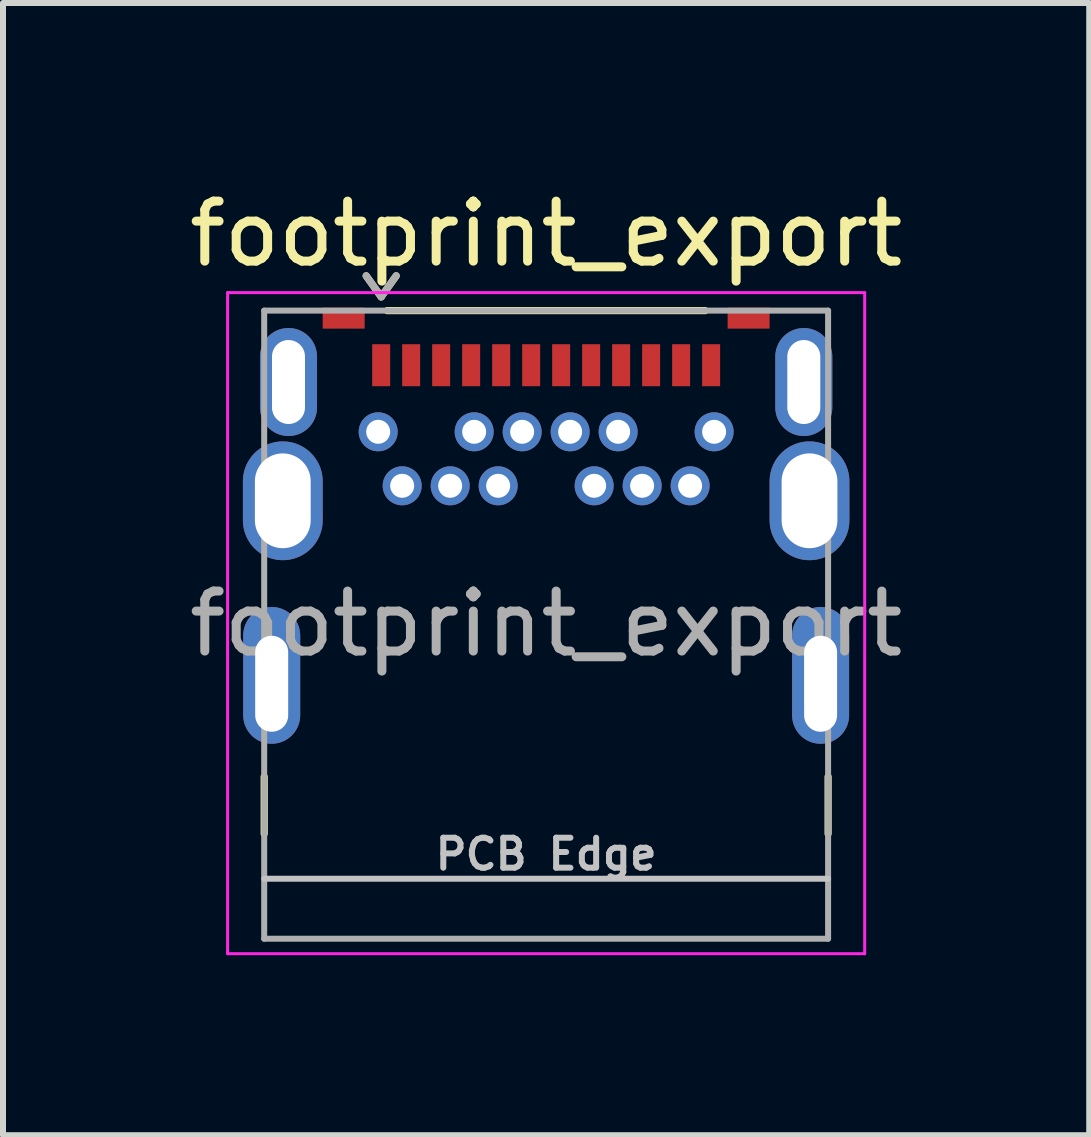
<source format=kicad_pcb>
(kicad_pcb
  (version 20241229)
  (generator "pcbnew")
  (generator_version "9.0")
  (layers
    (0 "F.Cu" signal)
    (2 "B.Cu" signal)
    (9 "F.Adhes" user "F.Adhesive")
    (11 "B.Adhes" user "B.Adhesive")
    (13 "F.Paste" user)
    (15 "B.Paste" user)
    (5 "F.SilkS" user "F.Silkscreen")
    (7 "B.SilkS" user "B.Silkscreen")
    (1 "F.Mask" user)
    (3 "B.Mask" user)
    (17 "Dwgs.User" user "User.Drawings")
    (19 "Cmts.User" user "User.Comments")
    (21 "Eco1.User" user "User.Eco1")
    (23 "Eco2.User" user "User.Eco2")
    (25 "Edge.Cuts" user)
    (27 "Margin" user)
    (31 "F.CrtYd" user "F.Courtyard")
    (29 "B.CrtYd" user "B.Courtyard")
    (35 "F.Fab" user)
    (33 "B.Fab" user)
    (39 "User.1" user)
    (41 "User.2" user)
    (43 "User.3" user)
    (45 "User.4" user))
  (footprint "footprint_export"
    (layer "F.Cu")
    (at 6.054 6.348)
    (property "Reference" "footprint_export" (at 0 -5.5 0) (layer "F.SilkS") (effects (font (size 1 1) (thickness 0.15))))
    (attr smd)
    (fp_line (start -4.7 3.55) (end -4.7 4.5) (stroke (width 0.12) (type solid)) (layer "F.SilkS"))
    (fp_line (start -3 -4.8) (end -2.75 -4.45) (stroke (width 0.12) (type solid)) (layer "F.SilkS"))
    (fp_line (start -2.75 -4.45) (end -2.5 -4.8) (stroke (width 0.12) (type solid)) (layer "F.SilkS"))
    (fp_line (start -2.65 -4.22) (end 2.65 -4.22) (stroke (width 0.12) (type solid)) (layer "F.SilkS"))
    (fp_line (start 4.7 4.5) (end 4.7 3.55) (stroke (width 0.12) (type solid)) (layer "F.SilkS"))
    (fp_line (start -4.7 5.25) (end 4.7 5.25) (stroke (width 0.1) (type solid)) (layer "Dwgs.User"))
    (fp_line (start -5.31 -4.52) (end 5.31 -4.52) (stroke (width 0.05) (type solid)) (layer "F.CrtYd"))
    (fp_line (start -5.31 6.5) (end -5.31 -4.52) (stroke (width 0.05) (type solid)) (layer "F.CrtYd"))
    (fp_line (start 5.31 -4.52) (end 5.31 6.5) (stroke (width 0.05) (type solid)) (layer "F.CrtYd"))
    (fp_line (start 5.31 6.5) (end -5.31 6.5) (stroke (width 0.05) (type solid)) (layer "F.CrtYd"))
    (fp_line (start -4.7 -4.22) (end 4.7 -4.22) (stroke (width 0.1) (type solid)) (layer "F.Fab"))
    (fp_line (start -4.7 6.25) (end -4.7 -4.22) (stroke (width 0.1) (type solid)) (layer "F.Fab"))
    (fp_line (start -3 -4.8) (end -2.75 -4.45) (stroke (width 0.12) (type solid)) (layer "F.Fab"))
    (fp_line (start -2.75 -4.45) (end -2.5 -4.8) (stroke (width 0.12) (type solid)) (layer "F.Fab"))
    (fp_line (start 4.7 -4.22) (end 4.7 6.25) (stroke (width 0.1) (type solid)) (layer "F.Fab"))
    (fp_line (start 4.7 6.25) (end -4.7 6.25) (stroke (width 0.1) (type solid)) (layer "F.Fab"))
    (fp_text user "PCB Edge" (at 0 4.84 0) (unlocked yes) (layer "Dwgs.User") (effects (font (size 0.5 0.5) (thickness 0.1))))
    (fp_text user "${REFERENCE}" (at 0 1 0) (layer "F.Fab") (effects (font (size 1 1) (thickness 0.15))))
    (pad "A1" smd rect (at -2.75 -3.31) (size 0.3 0.7) (layers "F.Cu" "F.Mask" "F.Paste"))
    (pad "A2" smd rect (at -2.25 -3.31) (size 0.3 0.7) (layers "F.Cu" "F.Mask" "F.Paste"))
    (pad "A3" smd rect (at -1.75 -3.31) (size 0.3 0.7) (layers "F.Cu" "F.Mask" "F.Paste"))
    (pad "A4" smd rect (at -1.25 -3.31) (size 0.3 0.7) (layers "F.Cu" "F.Mask" "F.Paste"))
    (pad "A5" smd rect (at -0.75 -3.31) (size 0.3 0.7) (layers "F.Cu" "F.Mask" "F.Paste"))
    (pad "A6" smd rect (at -0.25 -3.31) (size 0.3 0.7) (layers "F.Cu" "F.Mask" "F.Paste"))
    (pad "A7" smd rect (at 0.25 -3.31) (size 0.3 0.7) (layers "F.Cu" "F.Mask" "F.Paste"))
    (pad "A8" smd rect (at 0.75 -3.31) (size 0.3 0.7) (layers "F.Cu" "F.Mask" "F.Paste"))
    (pad "A9" smd rect (at 1.25 -3.31) (size 0.3 0.7) (layers "F.Cu" "F.Mask" "F.Paste"))
    (pad "A10" smd rect (at 1.75 -3.31) (size 0.3 0.7) (layers "F.Cu" "F.Mask" "F.Paste"))
    (pad "A11" smd rect (at 2.25 -3.31) (size 0.3 0.7) (layers "F.Cu" "F.Mask" "F.Paste"))
    (pad "A12" smd rect (at 2.75 -3.31) (size 0.3 0.7) (layers "F.Cu" "F.Mask" "F.Paste"))
    (pad "B1" thru_hole circle (at 2.8 -2.2) (size 0.65 0.65) (drill 0.4) (layers "*.Cu" "*.Mask" "F.Paste"))
    (pad "B2" thru_hole circle (at 2.4 -1.3) (size 0.65 0.65) (drill 0.4) (layers "*.Cu" "*.Mask" "F.Paste"))
    (pad "B3" thru_hole circle (at 1.6 -1.3) (size 0.65 0.65) (drill 0.4) (layers "*.Cu" "*.Mask" "F.Paste"))
    (pad "B4" thru_hole circle (at 1.2 -2.2) (size 0.65 0.65) (drill 0.4) (layers "*.Cu" "*.Mask" "F.Paste"))
    (pad "B5" thru_hole circle (at 0.8 -1.3) (size 0.65 0.65) (drill 0.4) (layers "*.Cu" "*.Mask" "F.Paste"))
    (pad "B6" thru_hole circle (at 0.4 -2.2) (size 0.65 0.65) (drill 0.4) (layers "*.Cu" "*.Mask" "F.Paste"))
    (pad "B7" thru_hole circle (at -0.4 -2.2) (size 0.65 0.65) (drill 0.4) (layers "*.Cu" "*.Mask" "F.Paste"))
    (pad "B8" thru_hole circle (at -0.8 -1.3) (size 0.65 0.65) (drill 0.4) (layers "*.Cu" "*.Mask" "F.Paste"))
    (pad "B9" thru_hole circle (at -1.2 -2.2) (size 0.65 0.65) (drill 0.4) (layers "*.Cu" "*.Mask" "F.Paste"))
    (pad "B10" thru_hole circle (at -1.6 -1.3) (size 0.65 0.65) (drill 0.4) (layers "*.Cu" "*.Mask" "F.Paste"))
    (pad "B11" thru_hole circle (at -2.4 -1.3) (size 0.65 0.65) (drill 0.4) (layers "*.Cu" "*.Mask" "F.Paste"))
    (pad "B12" thru_hole circle (at -2.8 -2.2) (size 0.65 0.65) (drill 0.4) (layers "*.Cu" "*.Mask" "F.Paste"))
    (pad "S1" thru_hole oval (at -4.575 2) (size 0.95 2.28) (drill oval 0.55 1.6 (offset 0 -0.14)) (layers "*.Cu" "*.Mask" "F.Paste"))
    (pad "S1" thru_hole oval (at -4.39 -1.05) (size 1.33 1.98) (drill oval 0.93 1.58) (layers "*.Cu" "*.Mask" "F.Paste"))
    (pad "S1" thru_hole oval (at -4.295 -3.03) (size 0.95 1.8) (drill oval 0.55 1.4) (layers "*.Cu" "*.Mask" "F.Paste"))
    (pad "S1" smd rect (at -3.375 -4.095) (size 0.7 0.35) (layers "F.Cu" "F.Mask" "F.Paste"))
    (pad "S1" smd rect (at 3.375 -4.095) (size 0.7 0.35) (layers "F.Cu" "F.Mask" "F.Paste"))
    (pad "S1" thru_hole oval (at 4.295 -3.03) (size 0.95 1.8) (drill oval 0.55 1.4) (layers "*.Cu" "*.Mask" "F.Paste"))
    (pad "S1" thru_hole oval (at 4.39 -1.05) (size 1.33 1.98) (drill oval 0.93 1.58) (layers "*.Cu" "*.Mask" "F.Paste"))
    (pad "S1" thru_hole oval (at 4.575 2) (size 0.95 2.28) (drill oval 0.55 1.6 (offset 0 -0.14)) (layers "*.Cu" "*.Mask" "F.Paste")))
  (gr_rect
    (start -3 -3)
    (end 15.107 15.873)
    (stroke (width 0.1) (type default))
    (fill no)
    (layer "Edge.Cuts")))
</source>
